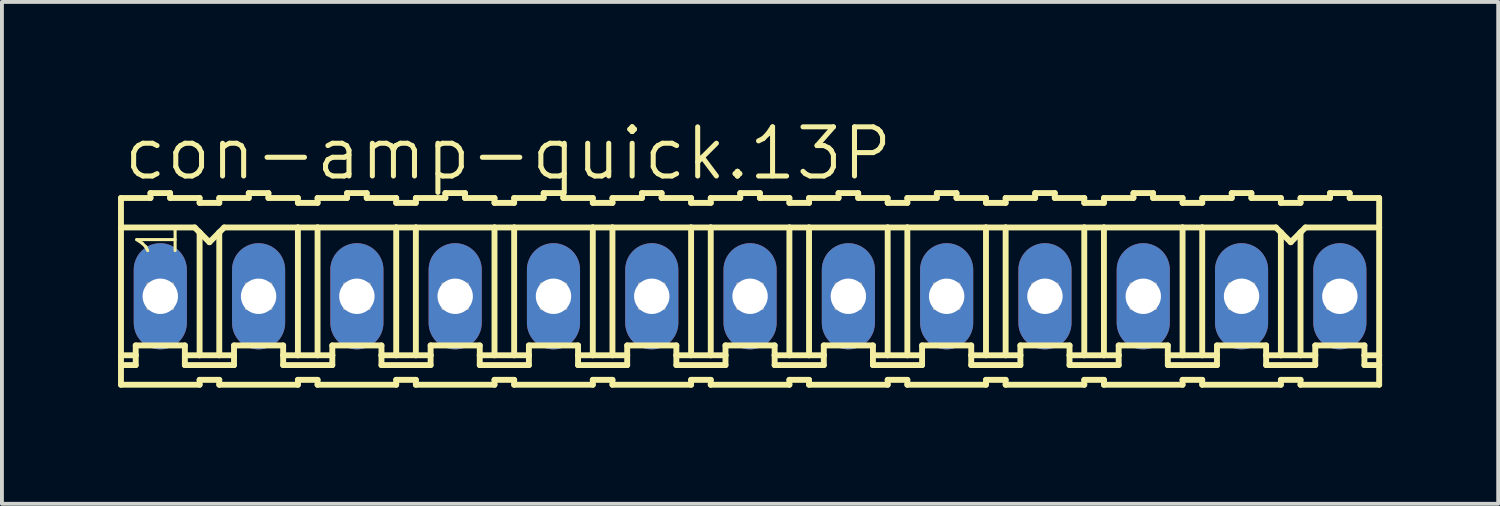
<source format=kicad_pcb>
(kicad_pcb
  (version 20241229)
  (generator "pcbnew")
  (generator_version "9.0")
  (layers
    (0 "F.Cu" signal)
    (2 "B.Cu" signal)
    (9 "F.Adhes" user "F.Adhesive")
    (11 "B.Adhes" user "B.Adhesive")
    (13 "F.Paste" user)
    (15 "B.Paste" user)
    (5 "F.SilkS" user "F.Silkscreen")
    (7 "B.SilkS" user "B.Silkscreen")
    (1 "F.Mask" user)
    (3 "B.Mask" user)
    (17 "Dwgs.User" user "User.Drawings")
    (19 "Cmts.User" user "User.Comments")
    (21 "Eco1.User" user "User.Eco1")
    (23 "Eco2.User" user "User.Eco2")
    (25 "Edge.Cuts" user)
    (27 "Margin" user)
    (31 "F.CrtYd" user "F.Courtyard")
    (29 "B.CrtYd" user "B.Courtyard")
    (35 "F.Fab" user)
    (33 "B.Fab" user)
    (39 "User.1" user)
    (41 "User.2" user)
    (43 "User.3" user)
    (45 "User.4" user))
  (footprint "con-amp-quick.13P"
    (layer "F.Cu")
    (at 16.332 4.606)
    (property "Reference" "con-amp-quick.13P" (at -16.256 -2.946 0) (layer "F.SilkS") (effects (font (size 1.27 1.27) (thickness 0.13)) (justify left bottom)))
    (attr through_hole)
    (fp_line (start -16.256 -2.54) (end -16.256 -1.778) (stroke (width 0.152) (type default)) (layer "F.SilkS"))
    (fp_line (start -16.256 -2.54) (end -15.494 -2.54) (stroke (width 0.152) (type default)) (layer "F.SilkS"))
    (fp_line (start -16.256 -1.778) (end -16.256 1.524) (stroke (width 0.152) (type default)) (layer "F.SilkS"))
    (fp_line (start -16.256 1.524) (end -16.256 1.778) (stroke (width 0.152) (type default)) (layer "F.SilkS"))
    (fp_line (start -16.256 1.778) (end -16.256 2.286) (stroke (width 0.152) (type default)) (layer "F.SilkS"))
    (fp_line (start -16.256 1.778) (end -15.875 1.778) (stroke (width 0.152) (type default)) (layer "F.SilkS"))
    (fp_line (start -15.875 1.27) (end -14.605 1.27) (stroke (width 0.152) (type default)) (layer "F.SilkS"))
    (fp_line (start -15.875 1.524) (end -16.256 1.524) (stroke (width 0.152) (type default)) (layer "F.SilkS"))
    (fp_line (start -15.875 1.524) (end -15.875 1.27) (stroke (width 0.152) (type default)) (layer "F.SilkS"))
    (fp_line (start -15.875 1.778) (end -15.875 1.524) (stroke (width 0.152) (type default)) (layer "F.SilkS"))
    (fp_line (start -15.494 -2.54) (end -15.494 -2.667) (stroke (width 0.152) (type default)) (layer "F.SilkS"))
    (fp_line (start -14.986 -2.667) (end -15.494 -2.667) (stroke (width 0.152) (type default)) (layer "F.SilkS"))
    (fp_line (start -14.986 -2.54) (end -14.986 -2.667) (stroke (width 0.152) (type default)) (layer "F.SilkS"))
    (fp_line (start -14.605 1.524) (end -14.605 1.27) (stroke (width 0.152) (type default)) (layer "F.SilkS"))
    (fp_line (start -14.605 1.524) (end -14.224 1.524) (stroke (width 0.152) (type default)) (layer "F.SilkS"))
    (fp_line (start -14.605 1.778) (end -14.605 1.524) (stroke (width 0.152) (type default)) (layer "F.SilkS"))
    (fp_line (start -14.351 -1.778) (end -16.256 -1.778) (stroke (width 0.152) (type default)) (layer "F.SilkS"))
    (fp_line (start -14.351 -1.778) (end -14.224 -1.651) (stroke (width 0.152) (type default)) (layer "F.SilkS"))
    (fp_line (start -14.224 -2.54) (end -14.986 -2.54) (stroke (width 0.152) (type default)) (layer "F.SilkS"))
    (fp_line (start -14.224 -2.413) (end -14.224 -2.54) (stroke (width 0.152) (type default)) (layer "F.SilkS"))
    (fp_line (start -14.224 -2.413) (end -13.716 -2.413) (stroke (width 0.152) (type default)) (layer "F.SilkS"))
    (fp_line (start -14.224 -1.651) (end -14.224 1.524) (stroke (width 0.152) (type default)) (layer "F.SilkS"))
    (fp_line (start -14.224 -1.651) (end -13.97 -1.397) (stroke (width 0.152) (type default)) (layer "F.SilkS"))
    (fp_line (start -14.224 1.524) (end -13.716 1.524) (stroke (width 0.152) (type default)) (layer "F.SilkS"))
    (fp_line (start -14.224 2.159) (end -14.224 2.286) (stroke (width 0.152) (type default)) (layer "F.SilkS"))
    (fp_line (start -14.224 2.286) (end -16.256 2.286) (stroke (width 0.152) (type default)) (layer "F.SilkS"))
    (fp_line (start -13.97 -1.397) (end -13.716 -1.651) (stroke (width 0.152) (type default)) (layer "F.SilkS"))
    (fp_line (start -13.716 -2.54) (end -12.954 -2.54) (stroke (width 0.152) (type default)) (layer "F.SilkS"))
    (fp_line (start -13.716 -2.413) (end -13.716 -2.54) (stroke (width 0.152) (type default)) (layer "F.SilkS"))
    (fp_line (start -13.716 -1.651) (end -13.716 1.524) (stroke (width 0.152) (type default)) (layer "F.SilkS"))
    (fp_line (start -13.716 -1.651) (end -13.589 -1.778) (stroke (width 0.152) (type default)) (layer "F.SilkS"))
    (fp_line (start -13.716 1.524) (end -13.335 1.524) (stroke (width 0.152) (type default)) (layer "F.SilkS"))
    (fp_line (start -13.716 2.159) (end -14.224 2.159) (stroke (width 0.152) (type default)) (layer "F.SilkS"))
    (fp_line (start -13.716 2.159) (end -13.716 2.286) (stroke (width 0.152) (type default)) (layer "F.SilkS"))
    (fp_line (start -13.716 2.286) (end -11.684 2.286) (stroke (width 0.152) (type default)) (layer "F.SilkS"))
    (fp_line (start -13.589 -1.778) (end -11.684 -1.778) (stroke (width 0.152) (type default)) (layer "F.SilkS"))
    (fp_line (start -13.335 1.27) (end -12.065 1.27) (stroke (width 0.152) (type default)) (layer "F.SilkS"))
    (fp_line (start -13.335 1.524) (end -13.335 1.27) (stroke (width 0.152) (type default)) (layer "F.SilkS"))
    (fp_line (start -13.335 1.778) (end -14.605 1.778) (stroke (width 0.152) (type default)) (layer "F.SilkS"))
    (fp_line (start -13.335 1.778) (end -13.335 1.524) (stroke (width 0.152) (type default)) (layer "F.SilkS"))
    (fp_line (start -12.954 -2.54) (end -12.954 -2.667) (stroke (width 0.152) (type default)) (layer "F.SilkS"))
    (fp_line (start -12.446 -2.667) (end -12.954 -2.667) (stroke (width 0.152) (type default)) (layer "F.SilkS"))
    (fp_line (start -12.446 -2.54) (end -12.446 -2.667) (stroke (width 0.152) (type default)) (layer "F.SilkS"))
    (fp_line (start -12.446 -2.54) (end -11.684 -2.54) (stroke (width 0.152) (type default)) (layer "F.SilkS"))
    (fp_line (start -12.065 1.524) (end -12.065 1.27) (stroke (width 0.152) (type default)) (layer "F.SilkS"))
    (fp_line (start -12.065 1.524) (end -11.684 1.524) (stroke (width 0.152) (type default)) (layer "F.SilkS"))
    (fp_line (start -12.065 1.778) (end -12.065 1.524) (stroke (width 0.152) (type default)) (layer "F.SilkS"))
    (fp_line (start -12.065 1.778) (end -10.795 1.778) (stroke (width 0.152) (type default)) (layer "F.SilkS"))
    (fp_line (start -11.684 -2.413) (end -11.684 -2.54) (stroke (width 0.152) (type default)) (layer "F.SilkS"))
    (fp_line (start -11.684 -1.778) (end -11.684 1.524) (stroke (width 0.152) (type default)) (layer "F.SilkS"))
    (fp_line (start -11.684 -1.778) (end -11.176 -1.778) (stroke (width 0.152) (type default)) (layer "F.SilkS"))
    (fp_line (start -11.684 1.524) (end -11.176 1.524) (stroke (width 0.152) (type default)) (layer "F.SilkS"))
    (fp_line (start -11.684 2.159) (end -11.684 2.286) (stroke (width 0.152) (type default)) (layer "F.SilkS"))
    (fp_line (start -11.176 -2.54) (end -10.414 -2.54) (stroke (width 0.152) (type default)) (layer "F.SilkS"))
    (fp_line (start -11.176 -2.413) (end -11.684 -2.413) (stroke (width 0.152) (type default)) (layer "F.SilkS"))
    (fp_line (start -11.176 -2.413) (end -11.176 -2.54) (stroke (width 0.152) (type default)) (layer "F.SilkS"))
    (fp_line (start -11.176 -1.778) (end -11.176 1.524) (stroke (width 0.152) (type default)) (layer "F.SilkS"))
    (fp_line (start -11.176 -1.778) (end -9.144 -1.778) (stroke (width 0.152) (type default)) (layer "F.SilkS"))
    (fp_line (start -11.176 1.524) (end -10.795 1.524) (stroke (width 0.152) (type default)) (layer "F.SilkS"))
    (fp_line (start -11.176 2.159) (end -11.684 2.159) (stroke (width 0.152) (type default)) (layer "F.SilkS"))
    (fp_line (start -11.176 2.159) (end -11.176 2.286) (stroke (width 0.152) (type default)) (layer "F.SilkS"))
    (fp_line (start -10.795 1.27) (end -9.525 1.27) (stroke (width 0.152) (type default)) (layer "F.SilkS"))
    (fp_line (start -10.795 1.524) (end -10.795 1.27) (stroke (width 0.152) (type default)) (layer "F.SilkS"))
    (fp_line (start -10.795 1.778) (end -10.795 1.524) (stroke (width 0.152) (type default)) (layer "F.SilkS"))
    (fp_line (start -10.414 -2.54) (end -10.414 -2.667) (stroke (width 0.152) (type default)) (layer "F.SilkS"))
    (fp_line (start -9.906 -2.667) (end -10.414 -2.667) (stroke (width 0.152) (type default)) (layer "F.SilkS"))
    (fp_line (start -9.906 -2.54) (end -9.906 -2.667) (stroke (width 0.152) (type default)) (layer "F.SilkS"))
    (fp_line (start -9.906 -2.54) (end -9.144 -2.54) (stroke (width 0.152) (type default)) (layer "F.SilkS"))
    (fp_line (start -9.525 1.524) (end -9.525 1.27) (stroke (width 0.152) (type default)) (layer "F.SilkS"))
    (fp_line (start -9.525 1.524) (end -9.144 1.524) (stroke (width 0.152) (type default)) (layer "F.SilkS"))
    (fp_line (start -9.525 1.778) (end -9.525 1.524) (stroke (width 0.152) (type default)) (layer "F.SilkS"))
    (fp_line (start -9.144 -2.54) (end -9.144 -2.413) (stroke (width 0.152) (type default)) (layer "F.SilkS"))
    (fp_line (start -9.144 -1.778) (end -9.144 1.524) (stroke (width 0.152) (type default)) (layer "F.SilkS"))
    (fp_line (start -9.144 2.159) (end -9.144 2.286) (stroke (width 0.152) (type default)) (layer "F.SilkS"))
    (fp_line (start -9.144 2.286) (end -11.176 2.286) (stroke (width 0.152) (type default)) (layer "F.SilkS"))
    (fp_line (start -8.636 -2.54) (end -8.636 -2.413) (stroke (width 0.152) (type default)) (layer "F.SilkS"))
    (fp_line (start -8.636 -2.54) (end -7.874 -2.54) (stroke (width 0.152) (type default)) (layer "F.SilkS"))
    (fp_line (start -8.636 -2.413) (end -9.144 -2.413) (stroke (width 0.152) (type default)) (layer "F.SilkS"))
    (fp_line (start -8.636 -1.778) (end -9.144 -1.778) (stroke (width 0.152) (type default)) (layer "F.SilkS"))
    (fp_line (start -8.636 -1.778) (end -8.636 1.524) (stroke (width 0.152) (type default)) (layer "F.SilkS"))
    (fp_line (start -8.636 -1.778) (end -6.604 -1.778) (stroke (width 0.152) (type default)) (layer "F.SilkS"))
    (fp_line (start -8.636 1.524) (end -9.144 1.524) (stroke (width 0.152) (type default)) (layer "F.SilkS"))
    (fp_line (start -8.636 2.159) (end -9.144 2.159) (stroke (width 0.152) (type default)) (layer "F.SilkS"))
    (fp_line (start -8.636 2.159) (end -8.636 2.286) (stroke (width 0.152) (type default)) (layer "F.SilkS"))
    (fp_line (start -8.255 1.27) (end -6.985 1.27) (stroke (width 0.152) (type default)) (layer "F.SilkS"))
    (fp_line (start -8.255 1.524) (end -8.636 1.524) (stroke (width 0.152) (type default)) (layer "F.SilkS"))
    (fp_line (start -8.255 1.524) (end -8.255 1.27) (stroke (width 0.152) (type default)) (layer "F.SilkS"))
    (fp_line (start -8.255 1.778) (end -9.525 1.778) (stroke (width 0.152) (type default)) (layer "F.SilkS"))
    (fp_line (start -8.255 1.778) (end -8.255 1.524) (stroke (width 0.152) (type default)) (layer "F.SilkS"))
    (fp_line (start -7.874 -2.54) (end -7.874 -2.667) (stroke (width 0.152) (type default)) (layer "F.SilkS"))
    (fp_line (start -7.366 -2.667) (end -7.874 -2.667) (stroke (width 0.152) (type default)) (layer "F.SilkS"))
    (fp_line (start -7.366 -2.54) (end -7.366 -2.667) (stroke (width 0.152) (type default)) (layer "F.SilkS"))
    (fp_line (start -6.985 1.524) (end -6.985 1.27) (stroke (width 0.152) (type default)) (layer "F.SilkS"))
    (fp_line (start -6.985 1.524) (end -6.604 1.524) (stroke (width 0.152) (type default)) (layer "F.SilkS"))
    (fp_line (start -6.985 1.778) (end -6.985 1.524) (stroke (width 0.152) (type default)) (layer "F.SilkS"))
    (fp_line (start -6.604 -2.54) (end -7.366 -2.54) (stroke (width 0.152) (type default)) (layer "F.SilkS"))
    (fp_line (start -6.604 -2.413) (end -6.604 -2.54) (stroke (width 0.152) (type default)) (layer "F.SilkS"))
    (fp_line (start -6.604 -2.413) (end -6.096 -2.413) (stroke (width 0.152) (type default)) (layer "F.SilkS"))
    (fp_line (start -6.604 -1.778) (end -6.604 1.524) (stroke (width 0.152) (type default)) (layer "F.SilkS"))
    (fp_line (start -6.604 -1.778) (end -6.096 -1.778) (stroke (width 0.152) (type default)) (layer "F.SilkS"))
    (fp_line (start -6.604 1.524) (end -6.096 1.524) (stroke (width 0.152) (type default)) (layer "F.SilkS"))
    (fp_line (start -6.604 2.159) (end -6.604 2.286) (stroke (width 0.152) (type default)) (layer "F.SilkS"))
    (fp_line (start -6.604 2.286) (end -8.636 2.286) (stroke (width 0.152) (type default)) (layer "F.SilkS"))
    (fp_line (start -6.096 -2.54) (end -5.334 -2.54) (stroke (width 0.152) (type default)) (layer "F.SilkS"))
    (fp_line (start -6.096 -2.413) (end -6.096 -2.54) (stroke (width 0.152) (type default)) (layer "F.SilkS"))
    (fp_line (start -6.096 -1.778) (end -6.096 1.524) (stroke (width 0.152) (type default)) (layer "F.SilkS"))
    (fp_line (start -6.096 -1.778) (end -4.064 -1.778) (stroke (width 0.152) (type default)) (layer "F.SilkS"))
    (fp_line (start -6.096 1.524) (end -5.715 1.524) (stroke (width 0.152) (type default)) (layer "F.SilkS"))
    (fp_line (start -6.096 2.159) (end -6.604 2.159) (stroke (width 0.152) (type default)) (layer "F.SilkS"))
    (fp_line (start -6.096 2.159) (end -6.096 2.286) (stroke (width 0.152) (type default)) (layer "F.SilkS"))
    (fp_line (start -5.715 1.27) (end -4.445 1.27) (stroke (width 0.152) (type default)) (layer "F.SilkS"))
    (fp_line (start -5.715 1.524) (end -5.715 1.27) (stroke (width 0.152) (type default)) (layer "F.SilkS"))
    (fp_line (start -5.715 1.778) (end -6.985 1.778) (stroke (width 0.152) (type default)) (layer "F.SilkS"))
    (fp_line (start -5.715 1.778) (end -5.715 1.524) (stroke (width 0.152) (type default)) (layer "F.SilkS"))
    (fp_line (start -5.334 -2.54) (end -5.334 -2.667) (stroke (width 0.152) (type default)) (layer "F.SilkS"))
    (fp_line (start -4.826 -2.667) (end -5.334 -2.667) (stroke (width 0.152) (type default)) (layer "F.SilkS"))
    (fp_line (start -4.826 -2.54) (end -4.826 -2.667) (stroke (width 0.152) (type default)) (layer "F.SilkS"))
    (fp_line (start -4.445 1.524) (end -4.445 1.27) (stroke (width 0.152) (type default)) (layer "F.SilkS"))
    (fp_line (start -4.445 1.524) (end -4.064 1.524) (stroke (width 0.152) (type default)) (layer "F.SilkS"))
    (fp_line (start -4.445 1.778) (end -4.445 1.524) (stroke (width 0.152) (type default)) (layer "F.SilkS"))
    (fp_line (start -4.064 -2.54) (end -4.826 -2.54) (stroke (width 0.152) (type default)) (layer "F.SilkS"))
    (fp_line (start -4.064 -2.413) (end -4.064 -2.54) (stroke (width 0.152) (type default)) (layer "F.SilkS"))
    (fp_line (start -4.064 -2.413) (end -3.556 -2.413) (stroke (width 0.152) (type default)) (layer "F.SilkS"))
    (fp_line (start -4.064 -1.778) (end -4.064 1.524) (stroke (width 0.152) (type default)) (layer "F.SilkS"))
    (fp_line (start -4.064 -1.778) (end -3.556 -1.778) (stroke (width 0.152) (type default)) (layer "F.SilkS"))
    (fp_line (start -4.064 1.524) (end -3.556 1.524) (stroke (width 0.152) (type default)) (layer "F.SilkS"))
    (fp_line (start -4.064 2.159) (end -4.064 2.286) (stroke (width 0.152) (type default)) (layer "F.SilkS"))
    (fp_line (start -4.064 2.286) (end -6.096 2.286) (stroke (width 0.152) (type default)) (layer "F.SilkS"))
    (fp_line (start -3.556 -2.54) (end -2.794 -2.54) (stroke (width 0.152) (type default)) (layer "F.SilkS"))
    (fp_line (start -3.556 -2.413) (end -3.556 -2.54) (stroke (width 0.152) (type default)) (layer "F.SilkS"))
    (fp_line (start -3.556 -1.778) (end -3.556 1.524) (stroke (width 0.152) (type default)) (layer "F.SilkS"))
    (fp_line (start -3.556 -1.778) (end -1.524 -1.778) (stroke (width 0.152) (type default)) (layer "F.SilkS"))
    (fp_line (start -3.556 1.524) (end -3.175 1.524) (stroke (width 0.152) (type default)) (layer "F.SilkS"))
    (fp_line (start -3.556 2.159) (end -4.064 2.159) (stroke (width 0.152) (type default)) (layer "F.SilkS"))
    (fp_line (start -3.556 2.159) (end -3.556 2.286) (stroke (width 0.152) (type default)) (layer "F.SilkS"))
    (fp_line (start -3.175 1.27) (end -1.905 1.27) (stroke (width 0.152) (type default)) (layer "F.SilkS"))
    (fp_line (start -3.175 1.524) (end -3.175 1.27) (stroke (width 0.152) (type default)) (layer "F.SilkS"))
    (fp_line (start -3.175 1.778) (end -4.445 1.778) (stroke (width 0.152) (type default)) (layer "F.SilkS"))
    (fp_line (start -3.175 1.778) (end -3.175 1.524) (stroke (width 0.152) (type default)) (layer "F.SilkS"))
    (fp_line (start -2.794 -2.54) (end -2.794 -2.667) (stroke (width 0.152) (type default)) (layer "F.SilkS"))
    (fp_line (start -2.286 -2.667) (end -2.794 -2.667) (stroke (width 0.152) (type default)) (layer "F.SilkS"))
    (fp_line (start -2.286 -2.54) (end -2.286 -2.667) (stroke (width 0.152) (type default)) (layer "F.SilkS"))
    (fp_line (start -1.905 1.524) (end -1.905 1.27) (stroke (width 0.152) (type default)) (layer "F.SilkS"))
    (fp_line (start -1.905 1.524) (end -1.524 1.524) (stroke (width 0.152) (type default)) (layer "F.SilkS"))
    (fp_line (start -1.905 1.778) (end -1.905 1.524) (stroke (width 0.152) (type default)) (layer "F.SilkS"))
    (fp_line (start -1.524 -2.54) (end -2.286 -2.54) (stroke (width 0.152) (type default)) (layer "F.SilkS"))
    (fp_line (start -1.524 -2.413) (end -1.524 -2.54) (stroke (width 0.152) (type default)) (layer "F.SilkS"))
    (fp_line (start -1.524 -2.413) (end -1.016 -2.413) (stroke (width 0.152) (type default)) (layer "F.SilkS"))
    (fp_line (start -1.524 -1.778) (end -1.524 1.524) (stroke (width 0.152) (type default)) (layer "F.SilkS"))
    (fp_line (start -1.524 -1.778) (end -1.016 -1.778) (stroke (width 0.152) (type default)) (layer "F.SilkS"))
    (fp_line (start -1.524 1.524) (end -1.016 1.524) (stroke (width 0.152) (type default)) (layer "F.SilkS"))
    (fp_line (start -1.524 2.159) (end -1.524 2.286) (stroke (width 0.152) (type default)) (layer "F.SilkS"))
    (fp_line (start -1.524 2.286) (end -3.556 2.286) (stroke (width 0.152) (type default)) (layer "F.SilkS"))
    (fp_line (start -1.016 -2.54) (end -0.254 -2.54) (stroke (width 0.152) (type default)) (layer "F.SilkS"))
    (fp_line (start -1.016 -2.413) (end -1.016 -2.54) (stroke (width 0.152) (type default)) (layer "F.SilkS"))
    (fp_line (start -1.016 -1.778) (end -1.016 1.524) (stroke (width 0.152) (type default)) (layer "F.SilkS"))
    (fp_line (start -1.016 -1.778) (end 1.016 -1.778) (stroke (width 0.152) (type default)) (layer "F.SilkS"))
    (fp_line (start -1.016 1.524) (end -0.635 1.524) (stroke (width 0.152) (type default)) (layer "F.SilkS"))
    (fp_line (start -1.016 2.159) (end -1.524 2.159) (stroke (width 0.152) (type default)) (layer "F.SilkS"))
    (fp_line (start -1.016 2.159) (end -1.016 2.286) (stroke (width 0.152) (type default)) (layer "F.SilkS"))
    (fp_line (start -0.635 1.27) (end 0.635 1.27) (stroke (width 0.152) (type default)) (layer "F.SilkS"))
    (fp_line (start -0.635 1.524) (end -0.635 1.27) (stroke (width 0.152) (type default)) (layer "F.SilkS"))
    (fp_line (start -0.635 1.778) (end -1.905 1.778) (stroke (width 0.152) (type default)) (layer "F.SilkS"))
    (fp_line (start -0.635 1.778) (end -0.635 1.524) (stroke (width 0.152) (type default)) (layer "F.SilkS"))
    (fp_line (start -0.254 -2.54) (end -0.254 -2.667) (stroke (width 0.152) (type default)) (layer "F.SilkS"))
    (fp_line (start 0.254 -2.667) (end -0.254 -2.667) (stroke (width 0.152) (type default)) (layer "F.SilkS"))
    (fp_line (start 0.254 -2.54) (end 0.254 -2.667) (stroke (width 0.152) (type default)) (layer "F.SilkS"))
    (fp_line (start 0.635 1.524) (end 0.635 1.27) (stroke (width 0.152) (type default)) (layer "F.SilkS"))
    (fp_line (start 0.635 1.524) (end 1.016 1.524) (stroke (width 0.152) (type default)) (layer "F.SilkS"))
    (fp_line (start 0.635 1.778) (end 0.635 1.524) (stroke (width 0.152) (type default)) (layer "F.SilkS"))
    (fp_line (start 1.016 -2.54) (end 0.254 -2.54) (stroke (width 0.152) (type default)) (layer "F.SilkS"))
    (fp_line (start 1.016 -2.413) (end 1.016 -2.54) (stroke (width 0.152) (type default)) (layer "F.SilkS"))
    (fp_line (start 1.016 -2.413) (end 1.524 -2.413) (stroke (width 0.152) (type default)) (layer "F.SilkS"))
    (fp_line (start 1.016 -1.778) (end 1.016 1.524) (stroke (width 0.152) (type default)) (layer "F.SilkS"))
    (fp_line (start 1.016 -1.778) (end 1.524 -1.778) (stroke (width 0.152) (type default)) (layer "F.SilkS"))
    (fp_line (start 1.016 1.524) (end 1.524 1.524) (stroke (width 0.152) (type default)) (layer "F.SilkS"))
    (fp_line (start 1.016 2.159) (end 1.016 2.286) (stroke (width 0.152) (type default)) (layer "F.SilkS"))
    (fp_line (start 1.016 2.286) (end -1.016 2.286) (stroke (width 0.152) (type default)) (layer "F.SilkS"))
    (fp_line (start 1.524 -2.54) (end 2.286 -2.54) (stroke (width 0.152) (type default)) (layer "F.SilkS"))
    (fp_line (start 1.524 -2.413) (end 1.524 -2.54) (stroke (width 0.152) (type default)) (layer "F.SilkS"))
    (fp_line (start 1.524 -1.778) (end 1.524 1.524) (stroke (width 0.152) (type default)) (layer "F.SilkS"))
    (fp_line (start 1.524 -1.778) (end 3.556 -1.778) (stroke (width 0.152) (type default)) (layer "F.SilkS"))
    (fp_line (start 1.524 1.524) (end 1.905 1.524) (stroke (width 0.152) (type default)) (layer "F.SilkS"))
    (fp_line (start 1.524 2.159) (end 1.016 2.159) (stroke (width 0.152) (type default)) (layer "F.SilkS"))
    (fp_line (start 1.524 2.159) (end 1.524 2.286) (stroke (width 0.152) (type default)) (layer "F.SilkS"))
    (fp_line (start 1.905 1.27) (end 3.175 1.27) (stroke (width 0.152) (type default)) (layer "F.SilkS"))
    (fp_line (start 1.905 1.524) (end 1.905 1.27) (stroke (width 0.152) (type default)) (layer "F.SilkS"))
    (fp_line (start 1.905 1.778) (end 0.635 1.778) (stroke (width 0.152) (type default)) (layer "F.SilkS"))
    (fp_line (start 1.905 1.778) (end 1.905 1.524) (stroke (width 0.152) (type default)) (layer "F.SilkS"))
    (fp_line (start 2.286 -2.54) (end 2.286 -2.667) (stroke (width 0.152) (type default)) (layer "F.SilkS"))
    (fp_line (start 2.794 -2.667) (end 2.286 -2.667) (stroke (width 0.152) (type default)) (layer "F.SilkS"))
    (fp_line (start 2.794 -2.54) (end 2.794 -2.667) (stroke (width 0.152) (type default)) (layer "F.SilkS"))
    (fp_line (start 3.175 1.524) (end 3.175 1.27) (stroke (width 0.152) (type default)) (layer "F.SilkS"))
    (fp_line (start 3.175 1.524) (end 3.556 1.524) (stroke (width 0.152) (type default)) (layer "F.SilkS"))
    (fp_line (start 3.175 1.778) (end 3.175 1.524) (stroke (width 0.152) (type default)) (layer "F.SilkS"))
    (fp_line (start 3.556 -2.54) (end 2.794 -2.54) (stroke (width 0.152) (type default)) (layer "F.SilkS"))
    (fp_line (start 3.556 -2.413) (end 3.556 -2.54) (stroke (width 0.152) (type default)) (layer "F.SilkS"))
    (fp_line (start 3.556 -2.413) (end 4.064 -2.413) (stroke (width 0.152) (type default)) (layer "F.SilkS"))
    (fp_line (start 3.556 -1.778) (end 3.556 1.524) (stroke (width 0.152) (type default)) (layer "F.SilkS"))
    (fp_line (start 3.556 -1.778) (end 4.064 -1.778) (stroke (width 0.152) (type default)) (layer "F.SilkS"))
    (fp_line (start 3.556 1.524) (end 4.064 1.524) (stroke (width 0.152) (type default)) (layer "F.SilkS"))
    (fp_line (start 3.556 2.159) (end 3.556 2.286) (stroke (width 0.152) (type default)) (layer "F.SilkS"))
    (fp_line (start 3.556 2.286) (end 1.524 2.286) (stroke (width 0.152) (type default)) (layer "F.SilkS"))
    (fp_line (start 4.064 -2.54) (end 4.826 -2.54) (stroke (width 0.152) (type default)) (layer "F.SilkS"))
    (fp_line (start 4.064 -2.413) (end 4.064 -2.54) (stroke (width 0.152) (type default)) (layer "F.SilkS"))
    (fp_line (start 4.064 -1.778) (end 4.064 1.524) (stroke (width 0.152) (type default)) (layer "F.SilkS"))
    (fp_line (start 4.064 -1.778) (end 6.096 -1.778) (stroke (width 0.152) (type default)) (layer "F.SilkS"))
    (fp_line (start 4.064 1.524) (end 4.445 1.524) (stroke (width 0.152) (type default)) (layer "F.SilkS"))
    (fp_line (start 4.064 2.159) (end 3.556 2.159) (stroke (width 0.152) (type default)) (layer "F.SilkS"))
    (fp_line (start 4.064 2.159) (end 4.064 2.286) (stroke (width 0.152) (type default)) (layer "F.SilkS"))
    (fp_line (start 4.445 1.27) (end 5.715 1.27) (stroke (width 0.152) (type default)) (layer "F.SilkS"))
    (fp_line (start 4.445 1.524) (end 4.445 1.27) (stroke (width 0.152) (type default)) (layer "F.SilkS"))
    (fp_line (start 4.445 1.778) (end 3.175 1.778) (stroke (width 0.152) (type default)) (layer "F.SilkS"))
    (fp_line (start 4.445 1.778) (end 4.445 1.524) (stroke (width 0.152) (type default)) (layer "F.SilkS"))
    (fp_line (start 4.826 -2.54) (end 4.826 -2.667) (stroke (width 0.152) (type default)) (layer "F.SilkS"))
    (fp_line (start 5.334 -2.667) (end 4.826 -2.667) (stroke (width 0.152) (type default)) (layer "F.SilkS"))
    (fp_line (start 5.334 -2.54) (end 5.334 -2.667) (stroke (width 0.152) (type default)) (layer "F.SilkS"))
    (fp_line (start 5.715 1.524) (end 5.715 1.27) (stroke (width 0.152) (type default)) (layer "F.SilkS"))
    (fp_line (start 5.715 1.524) (end 6.096 1.524) (stroke (width 0.152) (type default)) (layer "F.SilkS"))
    (fp_line (start 5.715 1.778) (end 5.715 1.524) (stroke (width 0.152) (type default)) (layer "F.SilkS"))
    (fp_line (start 6.096 -2.54) (end 5.334 -2.54) (stroke (width 0.152) (type default)) (layer "F.SilkS"))
    (fp_line (start 6.096 -2.413) (end 6.096 -2.54) (stroke (width 0.152) (type default)) (layer "F.SilkS"))
    (fp_line (start 6.096 -2.413) (end 6.604 -2.413) (stroke (width 0.152) (type default)) (layer "F.SilkS"))
    (fp_line (start 6.096 -1.778) (end 6.096 1.524) (stroke (width 0.152) (type default)) (layer "F.SilkS"))
    (fp_line (start 6.096 -1.778) (end 6.604 -1.778) (stroke (width 0.152) (type default)) (layer "F.SilkS"))
    (fp_line (start 6.096 1.524) (end 6.604 1.524) (stroke (width 0.152) (type default)) (layer "F.SilkS"))
    (fp_line (start 6.096 2.159) (end 6.096 2.286) (stroke (width 0.152) (type default)) (layer "F.SilkS"))
    (fp_line (start 6.096 2.286) (end 4.064 2.286) (stroke (width 0.152) (type default)) (layer "F.SilkS"))
    (fp_line (start 6.604 -2.54) (end 7.366 -2.54) (stroke (width 0.152) (type default)) (layer "F.SilkS"))
    (fp_line (start 6.604 -2.413) (end 6.604 -2.54) (stroke (width 0.152) (type default)) (layer "F.SilkS"))
    (fp_line (start 6.604 -1.778) (end 6.604 1.524) (stroke (width 0.152) (type default)) (layer "F.SilkS"))
    (fp_line (start 6.604 -1.778) (end 8.636 -1.778) (stroke (width 0.152) (type default)) (layer "F.SilkS"))
    (fp_line (start 6.604 1.524) (end 6.985 1.524) (stroke (width 0.152) (type default)) (layer "F.SilkS"))
    (fp_line (start 6.604 2.159) (end 6.096 2.159) (stroke (width 0.152) (type default)) (layer "F.SilkS"))
    (fp_line (start 6.604 2.159) (end 6.604 2.286) (stroke (width 0.152) (type default)) (layer "F.SilkS"))
    (fp_line (start 6.985 1.27) (end 8.255 1.27) (stroke (width 0.152) (type default)) (layer "F.SilkS"))
    (fp_line (start 6.985 1.524) (end 6.985 1.27) (stroke (width 0.152) (type default)) (layer "F.SilkS"))
    (fp_line (start 6.985 1.778) (end 5.715 1.778) (stroke (width 0.152) (type default)) (layer "F.SilkS"))
    (fp_line (start 6.985 1.778) (end 6.985 1.524) (stroke (width 0.152) (type default)) (layer "F.SilkS"))
    (fp_line (start 7.366 -2.54) (end 7.366 -2.667) (stroke (width 0.152) (type default)) (layer "F.SilkS"))
    (fp_line (start 7.874 -2.667) (end 7.366 -2.667) (stroke (width 0.152) (type default)) (layer "F.SilkS"))
    (fp_line (start 7.874 -2.54) (end 7.874 -2.667) (stroke (width 0.152) (type default)) (layer "F.SilkS"))
    (fp_line (start 8.255 1.524) (end 8.255 1.27) (stroke (width 0.152) (type default)) (layer "F.SilkS"))
    (fp_line (start 8.255 1.524) (end 8.636 1.524) (stroke (width 0.152) (type default)) (layer "F.SilkS"))
    (fp_line (start 8.255 1.778) (end 8.255 1.524) (stroke (width 0.152) (type default)) (layer "F.SilkS"))
    (fp_line (start 8.636 -2.54) (end 7.874 -2.54) (stroke (width 0.152) (type default)) (layer "F.SilkS"))
    (fp_line (start 8.636 -2.413) (end 8.636 -2.54) (stroke (width 0.152) (type default)) (layer "F.SilkS"))
    (fp_line (start 8.636 -2.413) (end 9.144 -2.413) (stroke (width 0.152) (type default)) (layer "F.SilkS"))
    (fp_line (start 8.636 -1.778) (end 8.636 1.524) (stroke (width 0.152) (type default)) (layer "F.SilkS"))
    (fp_line (start 8.636 -1.778) (end 9.144 -1.778) (stroke (width 0.152) (type default)) (layer "F.SilkS"))
    (fp_line (start 8.636 1.524) (end 9.144 1.524) (stroke (width 0.152) (type default)) (layer "F.SilkS"))
    (fp_line (start 8.636 2.159) (end 8.636 2.286) (stroke (width 0.152) (type default)) (layer "F.SilkS"))
    (fp_line (start 8.636 2.286) (end 6.604 2.286) (stroke (width 0.152) (type default)) (layer "F.SilkS"))
    (fp_line (start 9.144 -2.54) (end 9.906 -2.54) (stroke (width 0.152) (type default)) (layer "F.SilkS"))
    (fp_line (start 9.144 -2.413) (end 9.144 -2.54) (stroke (width 0.152) (type default)) (layer "F.SilkS"))
    (fp_line (start 9.144 -1.778) (end 9.144 1.524) (stroke (width 0.152) (type default)) (layer "F.SilkS"))
    (fp_line (start 9.144 -1.778) (end 11.176 -1.778) (stroke (width 0.152) (type default)) (layer "F.SilkS"))
    (fp_line (start 9.144 1.524) (end 9.525 1.524) (stroke (width 0.152) (type default)) (layer "F.SilkS"))
    (fp_line (start 9.144 2.159) (end 8.636 2.159) (stroke (width 0.152) (type default)) (layer "F.SilkS"))
    (fp_line (start 9.144 2.159) (end 9.144 2.286) (stroke (width 0.152) (type default)) (layer "F.SilkS"))
    (fp_line (start 9.525 1.27) (end 10.795 1.27) (stroke (width 0.152) (type default)) (layer "F.SilkS"))
    (fp_line (start 9.525 1.524) (end 9.525 1.27) (stroke (width 0.152) (type default)) (layer "F.SilkS"))
    (fp_line (start 9.525 1.778) (end 8.255 1.778) (stroke (width 0.152) (type default)) (layer "F.SilkS"))
    (fp_line (start 9.525 1.778) (end 9.525 1.524) (stroke (width 0.152) (type default)) (layer "F.SilkS"))
    (fp_line (start 9.906 -2.54) (end 9.906 -2.667) (stroke (width 0.152) (type default)) (layer "F.SilkS"))
    (fp_line (start 10.414 -2.667) (end 9.906 -2.667) (stroke (width 0.152) (type default)) (layer "F.SilkS"))
    (fp_line (start 10.414 -2.54) (end 10.414 -2.667) (stroke (width 0.152) (type default)) (layer "F.SilkS"))
    (fp_line (start 10.795 1.524) (end 10.795 1.27) (stroke (width 0.152) (type default)) (layer "F.SilkS"))
    (fp_line (start 10.795 1.524) (end 11.176 1.524) (stroke (width 0.152) (type default)) (layer "F.SilkS"))
    (fp_line (start 10.795 1.778) (end 10.795 1.524) (stroke (width 0.152) (type default)) (layer "F.SilkS"))
    (fp_line (start 11.176 -2.54) (end 10.414 -2.54) (stroke (width 0.152) (type default)) (layer "F.SilkS"))
    (fp_line (start 11.176 -2.413) (end 11.176 -2.54) (stroke (width 0.152) (type default)) (layer "F.SilkS"))
    (fp_line (start 11.176 -2.413) (end 11.684 -2.413) (stroke (width 0.152) (type default)) (layer "F.SilkS"))
    (fp_line (start 11.176 -1.778) (end 11.176 1.524) (stroke (width 0.152) (type default)) (layer "F.SilkS"))
    (fp_line (start 11.176 -1.778) (end 11.684 -1.778) (stroke (width 0.152) (type default)) (layer "F.SilkS"))
    (fp_line (start 11.176 1.524) (end 11.684 1.524) (stroke (width 0.152) (type default)) (layer "F.SilkS"))
    (fp_line (start 11.176 2.159) (end 11.176 2.286) (stroke (width 0.152) (type default)) (layer "F.SilkS"))
    (fp_line (start 11.176 2.286) (end 9.144 2.286) (stroke (width 0.152) (type default)) (layer "F.SilkS"))
    (fp_line (start 11.684 -2.54) (end 12.446 -2.54) (stroke (width 0.152) (type default)) (layer "F.SilkS"))
    (fp_line (start 11.684 -2.413) (end 11.684 -2.54) (stroke (width 0.152) (type default)) (layer "F.SilkS"))
    (fp_line (start 11.684 -1.778) (end 11.684 1.524) (stroke (width 0.152) (type default)) (layer "F.SilkS"))
    (fp_line (start 11.684 -1.778) (end 13.589 -1.778) (stroke (width 0.152) (type default)) (layer "F.SilkS"))
    (fp_line (start 11.684 1.524) (end 12.065 1.524) (stroke (width 0.152) (type default)) (layer "F.SilkS"))
    (fp_line (start 11.684 2.159) (end 11.176 2.159) (stroke (width 0.152) (type default)) (layer "F.SilkS"))
    (fp_line (start 11.684 2.159) (end 11.684 2.286) (stroke (width 0.152) (type default)) (layer "F.SilkS"))
    (fp_line (start 12.065 1.27) (end 13.335 1.27) (stroke (width 0.152) (type default)) (layer "F.SilkS"))
    (fp_line (start 12.065 1.524) (end 12.065 1.27) (stroke (width 0.152) (type default)) (layer "F.SilkS"))
    (fp_line (start 12.065 1.778) (end 10.795 1.778) (stroke (width 0.152) (type default)) (layer "F.SilkS"))
    (fp_line (start 12.065 1.778) (end 12.065 1.524) (stroke (width 0.152) (type default)) (layer "F.SilkS"))
    (fp_line (start 12.446 -2.54) (end 12.446 -2.667) (stroke (width 0.152) (type default)) (layer "F.SilkS"))
    (fp_line (start 12.954 -2.667) (end 12.446 -2.667) (stroke (width 0.152) (type default)) (layer "F.SilkS"))
    (fp_line (start 12.954 -2.54) (end 12.954 -2.667) (stroke (width 0.152) (type default)) (layer "F.SilkS"))
    (fp_line (start 12.954 -2.54) (end 13.716 -2.54) (stroke (width 0.152) (type default)) (layer "F.SilkS"))
    (fp_line (start 13.335 1.524) (end 13.335 1.27) (stroke (width 0.152) (type default)) (layer "F.SilkS"))
    (fp_line (start 13.335 1.524) (end 13.716 1.524) (stroke (width 0.152) (type default)) (layer "F.SilkS"))
    (fp_line (start 13.335 1.778) (end 13.335 1.524) (stroke (width 0.152) (type default)) (layer "F.SilkS"))
    (fp_line (start 13.335 1.778) (end 14.605 1.778) (stroke (width 0.152) (type default)) (layer "F.SilkS"))
    (fp_line (start 13.589 -1.778) (end 13.716 -1.651) (stroke (width 0.152) (type default)) (layer "F.SilkS"))
    (fp_line (start 13.716 -2.413) (end 13.716 -2.54) (stroke (width 0.152) (type default)) (layer "F.SilkS"))
    (fp_line (start 13.716 -1.651) (end 13.716 1.524) (stroke (width 0.152) (type default)) (layer "F.SilkS"))
    (fp_line (start 13.716 -1.651) (end 13.97 -1.397) (stroke (width 0.152) (type default)) (layer "F.SilkS"))
    (fp_line (start 13.716 1.524) (end 14.224 1.524) (stroke (width 0.152) (type default)) (layer "F.SilkS"))
    (fp_line (start 13.716 2.159) (end 13.716 2.286) (stroke (width 0.152) (type default)) (layer "F.SilkS"))
    (fp_line (start 13.716 2.286) (end 11.684 2.286) (stroke (width 0.152) (type default)) (layer "F.SilkS"))
    (fp_line (start 13.97 -1.397) (end 14.224 -1.651) (stroke (width 0.152) (type default)) (layer "F.SilkS"))
    (fp_line (start 14.224 -2.54) (end 14.986 -2.54) (stroke (width 0.152) (type default)) (layer "F.SilkS"))
    (fp_line (start 14.224 -2.413) (end 13.716 -2.413) (stroke (width 0.152) (type default)) (layer "F.SilkS"))
    (fp_line (start 14.224 -2.413) (end 14.224 -2.54) (stroke (width 0.152) (type default)) (layer "F.SilkS"))
    (fp_line (start 14.224 -1.651) (end 14.224 1.524) (stroke (width 0.152) (type default)) (layer "F.SilkS"))
    (fp_line (start 14.224 -1.651) (end 14.351 -1.778) (stroke (width 0.152) (type default)) (layer "F.SilkS"))
    (fp_line (start 14.224 1.524) (end 14.605 1.524) (stroke (width 0.152) (type default)) (layer "F.SilkS"))
    (fp_line (start 14.224 2.159) (end 13.716 2.159) (stroke (width 0.152) (type default)) (layer "F.SilkS"))
    (fp_line (start 14.224 2.159) (end 14.224 2.286) (stroke (width 0.152) (type default)) (layer "F.SilkS"))
    (fp_line (start 14.351 -1.778) (end 16.256 -1.778) (stroke (width 0.152) (type default)) (layer "F.SilkS"))
    (fp_line (start 14.605 1.27) (end 15.875 1.27) (stroke (width 0.152) (type default)) (layer "F.SilkS"))
    (fp_line (start 14.605 1.524) (end 14.605 1.27) (stroke (width 0.152) (type default)) (layer "F.SilkS"))
    (fp_line (start 14.605 1.778) (end 14.605 1.524) (stroke (width 0.152) (type default)) (layer "F.SilkS"))
    (fp_line (start 14.986 -2.54) (end 14.986 -2.667) (stroke (width 0.152) (type default)) (layer "F.SilkS"))
    (fp_line (start 15.494 -2.667) (end 14.986 -2.667) (stroke (width 0.152) (type default)) (layer "F.SilkS"))
    (fp_line (start 15.494 -2.54) (end 15.494 -2.667) (stroke (width 0.152) (type default)) (layer "F.SilkS"))
    (fp_line (start 15.494 -2.54) (end 16.256 -2.54) (stroke (width 0.152) (type default)) (layer "F.SilkS"))
    (fp_line (start 15.875 1.524) (end 15.875 1.27) (stroke (width 0.152) (type default)) (layer "F.SilkS"))
    (fp_line (start 15.875 1.524) (end 16.256 1.524) (stroke (width 0.152) (type default)) (layer "F.SilkS"))
    (fp_line (start 15.875 1.778) (end 15.875 1.524) (stroke (width 0.152) (type default)) (layer "F.SilkS"))
    (fp_line (start 16.256 -1.778) (end 16.256 -2.54) (stroke (width 0.152) (type default)) (layer "F.SilkS"))
    (fp_line (start 16.256 -1.778) (end 16.256 1.524) (stroke (width 0.152) (type default)) (layer "F.SilkS"))
    (fp_line (start 16.256 1.524) (end 16.256 1.778) (stroke (width 0.152) (type default)) (layer "F.SilkS"))
    (fp_line (start 16.256 1.778) (end 15.875 1.778) (stroke (width 0.152) (type default)) (layer "F.SilkS"))
    (fp_line (start 16.256 1.778) (end 16.256 2.286) (stroke (width 0.152) (type default)) (layer "F.SilkS"))
    (fp_line (start 16.256 2.286) (end 14.224 2.286) (stroke (width 0.152) (type default)) (layer "F.SilkS"))
    (fp_rect (start -15.57 0.33) (end -14.91 -0.33) (stroke (width 0.05) (type default)) (fill no) (layer "F.Fab"))
    (fp_rect (start -13.03 0.33) (end -12.37 -0.33) (stroke (width 0.05) (type default)) (fill no) (layer "F.Fab"))
    (fp_rect (start -10.49 0.33) (end -9.83 -0.33) (stroke (width 0.05) (type default)) (fill no) (layer "F.Fab"))
    (fp_rect (start -7.95 0.33) (end -7.29 -0.33) (stroke (width 0.05) (type default)) (fill no) (layer "F.Fab"))
    (fp_rect (start -5.41 0.33) (end -4.75 -0.33) (stroke (width 0.05) (type default)) (fill no) (layer "F.Fab"))
    (fp_rect (start -2.87 0.33) (end -2.21 -0.33) (stroke (width 0.05) (type default)) (fill no) (layer "F.Fab"))
    (fp_rect (start -0.33 0.33) (end 0.33 -0.33) (stroke (width 0.05) (type default)) (fill no) (layer "F.Fab"))
    (fp_rect (start 2.21 0.33) (end 2.87 -0.33) (stroke (width 0.05) (type default)) (fill no) (layer "F.Fab"))
    (fp_rect (start 4.75 0.33) (end 5.41 -0.33) (stroke (width 0.05) (type default)) (fill no) (layer "F.Fab"))
    (fp_rect (start 7.29 0.33) (end 7.95 -0.33) (stroke (width 0.05) (type default)) (fill no) (layer "F.Fab"))
    (fp_rect (start 9.83 0.33) (end 10.49 -0.33) (stroke (width 0.05) (type default)) (fill no) (layer "F.Fab"))
    (fp_rect (start 12.37 0.33) (end 13.03 -0.33) (stroke (width 0.05) (type default)) (fill no) (layer "F.Fab"))
    (fp_rect (start 14.91 0.33) (end 15.57 -0.33) (stroke (width 0.05) (type default)) (fill no) (layer "F.Fab"))
    (fp_text user "1" (at -14.732 -0.94 90) (layer "F.SilkS") (effects (font (size 0.991 0.991) (thickness 0.08)) (justify left bottom)))
    (pad "1" thru_hole oval (at -15.24 0 90) (size 2.743 1.372) (drill 0.914) (layers "*.Cu" "*.Mask"))
    (pad "2" thru_hole oval (at -12.7 0 90) (size 2.743 1.372) (drill 0.914) (layers "*.Cu" "*.Mask"))
    (pad "3" thru_hole oval (at -10.16 0 90) (size 2.743 1.372) (drill 0.914) (layers "*.Cu" "*.Mask"))
    (pad "4" thru_hole oval (at -7.62 0 90) (size 2.743 1.372) (drill 0.914) (layers "*.Cu" "*.Mask"))
    (pad "5" thru_hole oval (at -5.08 0 90) (size 2.743 1.372) (drill 0.914) (layers "*.Cu" "*.Mask"))
    (pad "6" thru_hole oval (at -2.54 0 90) (size 2.743 1.372) (drill 0.914) (layers "*.Cu" "*.Mask"))
    (pad "7" thru_hole oval (at 0 0 90) (size 2.743 1.372) (drill 0.914) (layers "*.Cu" "*.Mask"))
    (pad "8" thru_hole oval (at 2.54 0 90) (size 2.743 1.372) (drill 0.914) (layers "*.Cu" "*.Mask"))
    (pad "9" thru_hole oval (at 5.08 0 90) (size 2.743 1.372) (drill 0.914) (layers "*.Cu" "*.Mask"))
    (pad "10" thru_hole oval (at 7.62 0 90) (size 2.743 1.372) (drill 0.914) (layers "*.Cu" "*.Mask"))
    (pad "11" thru_hole oval (at 10.16 0 90) (size 2.743 1.372) (drill 0.914) (layers "*.Cu" "*.Mask"))
    (pad "12" thru_hole oval (at 12.7 0 90) (size 2.743 1.372) (drill 0.914) (layers "*.Cu" "*.Mask"))
    (pad "13" thru_hole oval (at 15.24 0 90) (size 2.743 1.372) (drill 0.914) (layers "*.Cu" "*.Mask")))
  (gr_rect
    (start -3 -3)
    (end 35.664 9.969)
    (stroke (width 0.1) (type default))
    (fill no)
    (layer "Edge.Cuts")))
</source>
